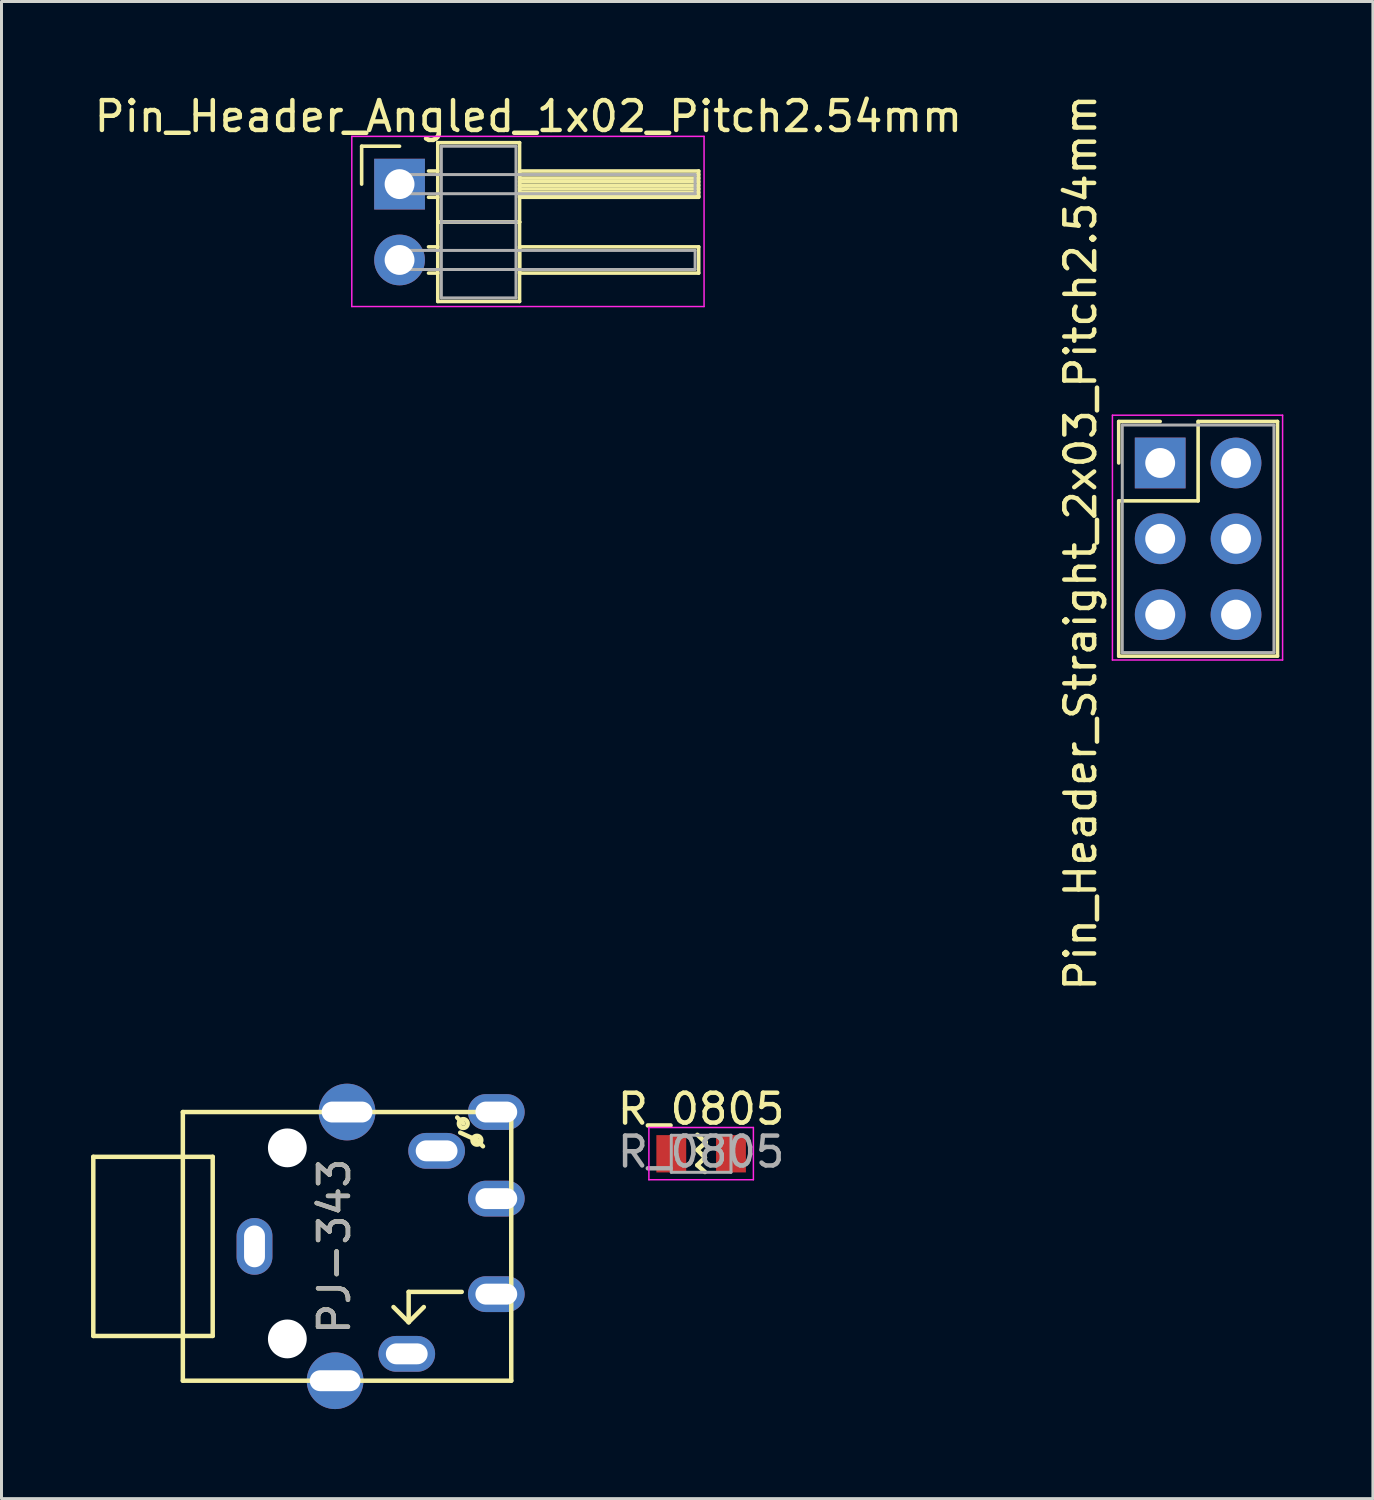
<source format=kicad_pcb>
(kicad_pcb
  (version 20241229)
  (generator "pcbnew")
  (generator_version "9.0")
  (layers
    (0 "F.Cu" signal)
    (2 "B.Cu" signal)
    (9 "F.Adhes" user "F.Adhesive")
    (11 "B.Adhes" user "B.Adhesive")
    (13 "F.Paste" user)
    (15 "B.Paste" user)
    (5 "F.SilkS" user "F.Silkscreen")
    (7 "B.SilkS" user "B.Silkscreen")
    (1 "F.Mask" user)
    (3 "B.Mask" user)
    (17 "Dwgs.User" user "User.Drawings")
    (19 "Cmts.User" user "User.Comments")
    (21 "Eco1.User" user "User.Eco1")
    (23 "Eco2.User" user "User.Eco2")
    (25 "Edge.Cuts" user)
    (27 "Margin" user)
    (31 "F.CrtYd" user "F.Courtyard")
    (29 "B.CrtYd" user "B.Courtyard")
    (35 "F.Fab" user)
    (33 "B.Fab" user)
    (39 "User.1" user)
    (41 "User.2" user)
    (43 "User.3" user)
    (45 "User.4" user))
  (footprint "PJ-343"
    (layer "F.Cu")
    (at 6.575 38.7)
    (property "Reference" "PJ-343" (at 1.575 0 270) (layer "F.SilkS") (effects (font (size 1 1) (thickness 0.15))))
    (attr through_hole)
    (fp_line (start -6.5 -3) (end -6.5 3) (stroke (width 0.15) (type solid)) (layer "F.SilkS"))
    (fp_line (start -6.5 -3) (end -3.5 -3) (stroke (width 0.15) (type solid)) (layer "F.SilkS"))
    (fp_line (start -6.5 3) (end -3.5 3) (stroke (width 0.15) (type solid)) (layer "F.SilkS"))
    (fp_line (start -3.5 -4.5) (end -3.5 4.5) (stroke (width 0.15) (type solid)) (layer "F.SilkS"))
    (fp_line (start -3.5 -4.5) (end 7.5 -4.5) (stroke (width 0.15) (type solid)) (layer "F.SilkS"))
    (fp_line (start -3.5 3) (end -2.5 3) (stroke (width 0.15) (type solid)) (layer "F.SilkS"))
    (fp_line (start -3.5 4.5) (end 7.5 4.5) (stroke (width 0.15) (type solid)) (layer "F.SilkS"))
    (fp_line (start -2.5 -3) (end -3.5 -3) (stroke (width 0.15) (type solid)) (layer "F.SilkS"))
    (fp_line (start -2.5 -3) (end -2.5 3) (stroke (width 0.15) (type solid)) (layer "F.SilkS"))
    (fp_line (start 4.064 1.524) (end 4.064 2.54) (stroke (width 0.15) (type solid)) (layer "F.SilkS"))
    (fp_line (start 4.064 2.54) (end 3.556 2.032) (stroke (width 0.15) (type solid)) (layer "F.SilkS"))
    (fp_line (start 4.064 2.54) (end 4.572 2.032) (stroke (width 0.15) (type solid)) (layer "F.SilkS"))
    (fp_line (start 5.69 -4.318) (end 5.893 -4.115) (stroke (width 0.15) (type solid)) (layer "F.SilkS"))
    (fp_line (start 5.842 1.524) (end 4.064 1.524) (stroke (width 0.15) (type solid)) (layer "F.SilkS"))
    (fp_line (start 6.35 -3.556) (end 5.791 -3.81) (stroke (width 0.15) (type solid)) (layer "F.SilkS"))
    (fp_line (start 6.35 -3.556) (end 6.553 -3.353) (stroke (width 0.15) (type solid)) (layer "F.SilkS"))
    (fp_line (start 7.5 4.5) (end 7.5 -4.5) (stroke (width 0.15) (type solid)) (layer "F.SilkS"))
    (fp_circle (center 5.893 -4.115) (end 5.944 -4.064) (stroke (width 0.15) (type solid)) (fill no) (layer "F.SilkS"))
    (fp_circle (center 6.35 -3.556) (end 6.299 -3.607) (stroke (width 0.15) (type solid)) (fill no) (layer "F.SilkS"))
    (fp_text user "${REFERENCE}" (at 1.575 0 90) (layer "F.Fab") (effects (font (size 1 1) (thickness 0.15))))
    (pad "" np_thru_hole circle (at 0 -3.3 90) (size 1.3 1.3) (drill 1.3) (layers "*.Cu"))
    (pad "" np_thru_hole circle (at 0 3.1 90) (size 1.3 1.3) (drill 1.3) (layers "*.Cu"))
    (pad "G" thru_hole oval (at -1.1 0) (size 1.2 1.9) (drill oval 0.7 1.4) (layers "*.Cu" "*.Mask"))
    (pad "L" thru_hole oval (at 4 3.6 90) (size 1.2 1.9) (drill oval 0.7 1.4) (layers "*.Cu" "*.Mask"))
    (pad "L2" thru_hole oval (at 7 1.6 90) (size 1.2 1.9) (drill oval 0.7 1.4) (layers "*.Cu" "*.Mask"))
    (pad "ON" thru_hole oval (at 7 -4.5 90) (size 1.2 1.9) (drill oval 0.7 1.4) (layers "*.Cu" "*.Mask"))
    (pad "OS" thru_hole oval (at 5 -3.2 90) (size 1.2 1.9) (drill oval 0.7 1.4) (layers "*.Cu" "*.Mask"))
    (pad "R" thru_hole oval (at 7 -1.6 90) (size 1.2 1.9) (drill oval 0.7 1.4) (layers "*.Cu" "*.Mask"))
    (pad "SHEL" thru_hole circle (at 1.6 4.5 90) (size 1.9 1.9) (drill oval 0.7 1.7) (layers "*.Cu" "*.Mask"))
    (pad "SHEL" thru_hole circle (at 2 -4.5 90) (size 1.9 1.9) (drill oval 0.7 1.7) (layers "*.Cu" "*.Mask")))
  (footprint "Pin_Header_Angled_1x02_Pitch2.54mm"
    (layer "F.Cu")
    (at 10.334 3.118)
    (property "Reference" "Pin_Header_Angled_1x02_Pitch2.54mm" (at 4.315 -2.27 0) (layer "F.SilkS") (effects (font (size 1 1) (thickness 0.15))))
    (attr through_hole)
    (fp_line (start -1.27 -1.27) (end 0 -1.27) (stroke (width 0.12) (type solid)) (layer "F.SilkS"))
    (fp_line (start -1.27 0) (end -1.27 -1.27) (stroke (width 0.12) (type solid)) (layer "F.SilkS"))
    (fp_line (start 0.97 -0.44) (end 1.28 -0.44) (stroke (width 0.12) (type solid)) (layer "F.SilkS"))
    (fp_line (start 0.97 0.44) (end 1.28 0.44) (stroke (width 0.12) (type solid)) (layer "F.SilkS"))
    (fp_line (start 0.97 2.1) (end 1.28 2.1) (stroke (width 0.12) (type solid)) (layer "F.SilkS"))
    (fp_line (start 0.97 2.98) (end 1.28 2.98) (stroke (width 0.12) (type solid)) (layer "F.SilkS"))
    (fp_line (start 1.28 -1.39) (end 1.28 1.27) (stroke (width 0.12) (type solid)) (layer "F.SilkS"))
    (fp_line (start 1.28 1.27) (end 1.28 3.93) (stroke (width 0.12) (type solid)) (layer "F.SilkS"))
    (fp_line (start 1.28 1.27) (end 4.02 1.27) (stroke (width 0.12) (type solid)) (layer "F.SilkS"))
    (fp_line (start 1.28 3.93) (end 4.02 3.93) (stroke (width 0.12) (type solid)) (layer "F.SilkS"))
    (fp_line (start 4.02 -1.39) (end 1.28 -1.39) (stroke (width 0.12) (type solid)) (layer "F.SilkS"))
    (fp_line (start 4.02 -0.44) (end 4.02 0.44) (stroke (width 0.12) (type solid)) (layer "F.SilkS"))
    (fp_line (start 4.02 -0.32) (end 10.02 -0.32) (stroke (width 0.12) (type solid)) (layer "F.SilkS"))
    (fp_line (start 4.02 -0.2) (end 10.02 -0.2) (stroke (width 0.12) (type solid)) (layer "F.SilkS"))
    (fp_line (start 4.02 -0.08) (end 10.02 -0.08) (stroke (width 0.12) (type solid)) (layer "F.SilkS"))
    (fp_line (start 4.02 0.04) (end 10.02 0.04) (stroke (width 0.12) (type solid)) (layer "F.SilkS"))
    (fp_line (start 4.02 0.16) (end 10.02 0.16) (stroke (width 0.12) (type solid)) (layer "F.SilkS"))
    (fp_line (start 4.02 0.28) (end 10.02 0.28) (stroke (width 0.12) (type solid)) (layer "F.SilkS"))
    (fp_line (start 4.02 0.4) (end 10.02 0.4) (stroke (width 0.12) (type solid)) (layer "F.SilkS"))
    (fp_line (start 4.02 0.44) (end 10.02 0.44) (stroke (width 0.12) (type solid)) (layer "F.SilkS"))
    (fp_line (start 4.02 1.27) (end 1.28 1.27) (stroke (width 0.12) (type solid)) (layer "F.SilkS"))
    (fp_line (start 4.02 1.27) (end 4.02 -1.39) (stroke (width 0.12) (type solid)) (layer "F.SilkS"))
    (fp_line (start 4.02 2.1) (end 4.02 2.98) (stroke (width 0.12) (type solid)) (layer "F.SilkS"))
    (fp_line (start 4.02 2.98) (end 10.02 2.98) (stroke (width 0.12) (type solid)) (layer "F.SilkS"))
    (fp_line (start 4.02 3.93) (end 4.02 1.27) (stroke (width 0.12) (type solid)) (layer "F.SilkS"))
    (fp_line (start 10.02 -0.44) (end 4.02 -0.44) (stroke (width 0.12) (type solid)) (layer "F.SilkS"))
    (fp_line (start 10.02 0.44) (end 10.02 -0.44) (stroke (width 0.12) (type solid)) (layer "F.SilkS"))
    (fp_line (start 10.02 2.1) (end 4.02 2.1) (stroke (width 0.12) (type solid)) (layer "F.SilkS"))
    (fp_line (start 10.02 2.98) (end 10.02 2.1) (stroke (width 0.12) (type solid)) (layer "F.SilkS"))
    (fp_line (start -1.6 -1.6) (end -1.6 4.1) (stroke (width 0.05) (type solid)) (layer "F.CrtYd"))
    (fp_line (start -1.6 4.1) (end 10.2 4.1) (stroke (width 0.05) (type solid)) (layer "F.CrtYd"))
    (fp_line (start 10.2 -1.6) (end -1.6 -1.6) (stroke (width 0.05) (type solid)) (layer "F.CrtYd"))
    (fp_line (start 10.2 4.1) (end 10.2 -1.6) (stroke (width 0.05) (type solid)) (layer "F.CrtYd"))
    (fp_line (start 0 -0.32) (end 0 0.32) (stroke (width 0.1) (type solid)) (layer "F.Fab"))
    (fp_line (start 0 0.32) (end 9.9 0.32) (stroke (width 0.1) (type solid)) (layer "F.Fab"))
    (fp_line (start 0 2.22) (end 0 2.86) (stroke (width 0.1) (type solid)) (layer "F.Fab"))
    (fp_line (start 0 2.86) (end 9.9 2.86) (stroke (width 0.1) (type solid)) (layer "F.Fab"))
    (fp_line (start 1.4 -1.27) (end 1.4 1.27) (stroke (width 0.1) (type solid)) (layer "F.Fab"))
    (fp_line (start 1.4 1.27) (end 1.4 3.81) (stroke (width 0.1) (type solid)) (layer "F.Fab"))
    (fp_line (start 1.4 1.27) (end 3.9 1.27) (stroke (width 0.1) (type solid)) (layer "F.Fab"))
    (fp_line (start 1.4 3.81) (end 3.9 3.81) (stroke (width 0.1) (type solid)) (layer "F.Fab"))
    (fp_line (start 3.9 -1.27) (end 1.4 -1.27) (stroke (width 0.1) (type solid)) (layer "F.Fab"))
    (fp_line (start 3.9 1.27) (end 1.4 1.27) (stroke (width 0.1) (type solid)) (layer "F.Fab"))
    (fp_line (start 3.9 1.27) (end 3.9 -1.27) (stroke (width 0.1) (type solid)) (layer "F.Fab"))
    (fp_line (start 3.9 3.81) (end 3.9 1.27) (stroke (width 0.1) (type solid)) (layer "F.Fab"))
    (fp_line (start 9.9 -0.32) (end 0 -0.32) (stroke (width 0.1) (type solid)) (layer "F.Fab"))
    (fp_line (start 9.9 0.32) (end 9.9 -0.32) (stroke (width 0.1) (type solid)) (layer "F.Fab"))
    (fp_line (start 9.9 2.22) (end 0 2.22) (stroke (width 0.1) (type solid)) (layer "F.Fab"))
    (fp_line (start 9.9 2.86) (end 9.9 2.22) (stroke (width 0.1) (type solid)) (layer "F.Fab"))
    (pad "1" thru_hole rect (at 0 0) (size 1.7 1.7) (drill 1) (layers "*.Cu" "*.Mask"))
    (pad "2" thru_hole oval (at 0 2.54) (size 1.7 1.7) (drill 1) (layers "*.Cu" "*.Mask")))
  (footprint "R_0805"
    (layer "F.Cu")
    (at 20.436 35.598)
    (property "Reference" "R_0805" (at 0 -1.5 0) (layer "F.SilkS") (effects (font (size 1 1) (thickness 0.15))))
    (attr smd)
    (fp_line (start -0.127 -0.635) (end 0.152 -0.381) (stroke (width 0.15) (type solid)) (layer "F.SilkS"))
    (fp_line (start -0.127 -0.127) (end 0.127 0.127) (stroke (width 0.15) (type solid)) (layer "F.SilkS"))
    (fp_line (start -0.127 0.381) (end 0.127 0.61) (stroke (width 0.15) (type solid)) (layer "F.SilkS"))
    (fp_line (start 0.127 0.127) (end -0.127 0.381) (stroke (width 0.15) (type solid)) (layer "F.SilkS"))
    (fp_line (start 0.152 -0.381) (end -0.127 -0.127) (stroke (width 0.15) (type solid)) (layer "F.SilkS"))
    (fp_line (start -1.75 -0.88) (end -1.75 0.87) (stroke (width 0.05) (type solid)) (layer "F.CrtYd"))
    (fp_line (start -1.75 -0.88) (end 1.75 -0.88) (stroke (width 0.05) (type solid)) (layer "F.CrtYd"))
    (fp_line (start 1.75 0.87) (end -1.75 0.87) (stroke (width 0.05) (type solid)) (layer "F.CrtYd"))
    (fp_line (start 1.75 0.87) (end 1.75 -0.88) (stroke (width 0.05) (type solid)) (layer "F.CrtYd"))
    (fp_line (start -1 -0.62) (end 1 -0.62) (stroke (width 0.1) (type solid)) (layer "F.Fab"))
    (fp_line (start -1 0.62) (end -1 -0.62) (stroke (width 0.1) (type solid)) (layer "F.Fab"))
    (fp_line (start 1 -0.62) (end 1 0.62) (stroke (width 0.1) (type solid)) (layer "F.Fab"))
    (fp_line (start 1 0.62) (end -1 0.62) (stroke (width 0.1) (type solid)) (layer "F.Fab"))
    (fp_text user "${REFERENCE}" (at 0 -0.064 0) (layer "F.Fab") (effects (font (size 1 1) (thickness 0.15))))
    (pad "1" smd rect (at -1 0) (size 1 1.25) (layers "F.Cu" "F.Mask" "F.Paste"))
    (pad "2" smd rect (at 1 0) (size 1 1.25) (layers "F.Cu" "F.Mask" "F.Paste")))
  (footprint "Pin_Header_Straight_2x03_Pitch2.54mm"
    (layer "F.Cu")
    (at 35.813 12.458)
    (property "Reference" "Pin_Header_Straight_2x03_Pitch2.54mm" (at -2.667 2.667 270) (layer "F.SilkS") (effects (font (size 1 1) (thickness 0.15))))
    (attr through_hole)
    (fp_line (start -1.39 -1.39) (end 0 -1.39) (stroke (width 0.12) (type solid)) (layer "F.SilkS"))
    (fp_line (start -1.39 0) (end -1.39 -1.39) (stroke (width 0.12) (type solid)) (layer "F.SilkS"))
    (fp_line (start -1.39 1.27) (end -1.39 6.47) (stroke (width 0.12) (type solid)) (layer "F.SilkS"))
    (fp_line (start -1.39 6.47) (end 3.93 6.47) (stroke (width 0.12) (type solid)) (layer "F.SilkS"))
    (fp_line (start 1.27 -1.39) (end 1.27 1.27) (stroke (width 0.12) (type solid)) (layer "F.SilkS"))
    (fp_line (start 1.27 1.27) (end -1.39 1.27) (stroke (width 0.12) (type solid)) (layer "F.SilkS"))
    (fp_line (start 3.93 -1.39) (end 1.27 -1.39) (stroke (width 0.12) (type solid)) (layer "F.SilkS"))
    (fp_line (start 3.93 6.47) (end 3.93 -1.39) (stroke (width 0.12) (type solid)) (layer "F.SilkS"))
    (fp_line (start -1.6 -1.6) (end -1.6 6.6) (stroke (width 0.05) (type solid)) (layer "F.CrtYd"))
    (fp_line (start -1.6 6.6) (end 4.1 6.6) (stroke (width 0.05) (type solid)) (layer "F.CrtYd"))
    (fp_line (start 4.1 -1.6) (end -1.6 -1.6) (stroke (width 0.05) (type solid)) (layer "F.CrtYd"))
    (fp_line (start 4.1 6.6) (end 4.1 -1.6) (stroke (width 0.05) (type solid)) (layer "F.CrtYd"))
    (fp_line (start -1.27 -1.27) (end -1.27 6.35) (stroke (width 0.1) (type solid)) (layer "F.Fab"))
    (fp_line (start -1.27 6.35) (end 3.81 6.35) (stroke (width 0.1) (type solid)) (layer "F.Fab"))
    (fp_line (start 3.81 -1.27) (end -1.27 -1.27) (stroke (width 0.1) (type solid)) (layer "F.Fab"))
    (fp_line (start 3.81 6.35) (end 3.81 -1.27) (stroke (width 0.1) (type solid)) (layer "F.Fab"))
    (pad "1" thru_hole rect (at 0 0) (size 1.7 1.7) (drill 1) (layers "*.Cu" "*.Mask"))
    (pad "2" thru_hole oval (at 2.54 0) (size 1.7 1.7) (drill 1) (layers "*.Cu" "*.Mask"))
    (pad "3" thru_hole oval (at 0 2.54) (size 1.7 1.7) (drill 1) (layers "*.Cu" "*.Mask"))
    (pad "4" thru_hole oval (at 2.54 2.54) (size 1.7 1.7) (drill 1) (layers "*.Cu" "*.Mask"))
    (pad "5" thru_hole oval (at 0 5.08) (size 1.7 1.7) (drill 1) (layers "*.Cu" "*.Mask"))
    (pad "6" thru_hole oval (at 2.54 5.08) (size 1.7 1.7) (drill 1) (layers "*.Cu" "*.Mask")))
  (gr_rect
    (start -3 -3)
    (end 42.938 47.15)
    (stroke (width 0.1) (type default))
    (fill no)
    (layer "Edge.Cuts")))
</source>
